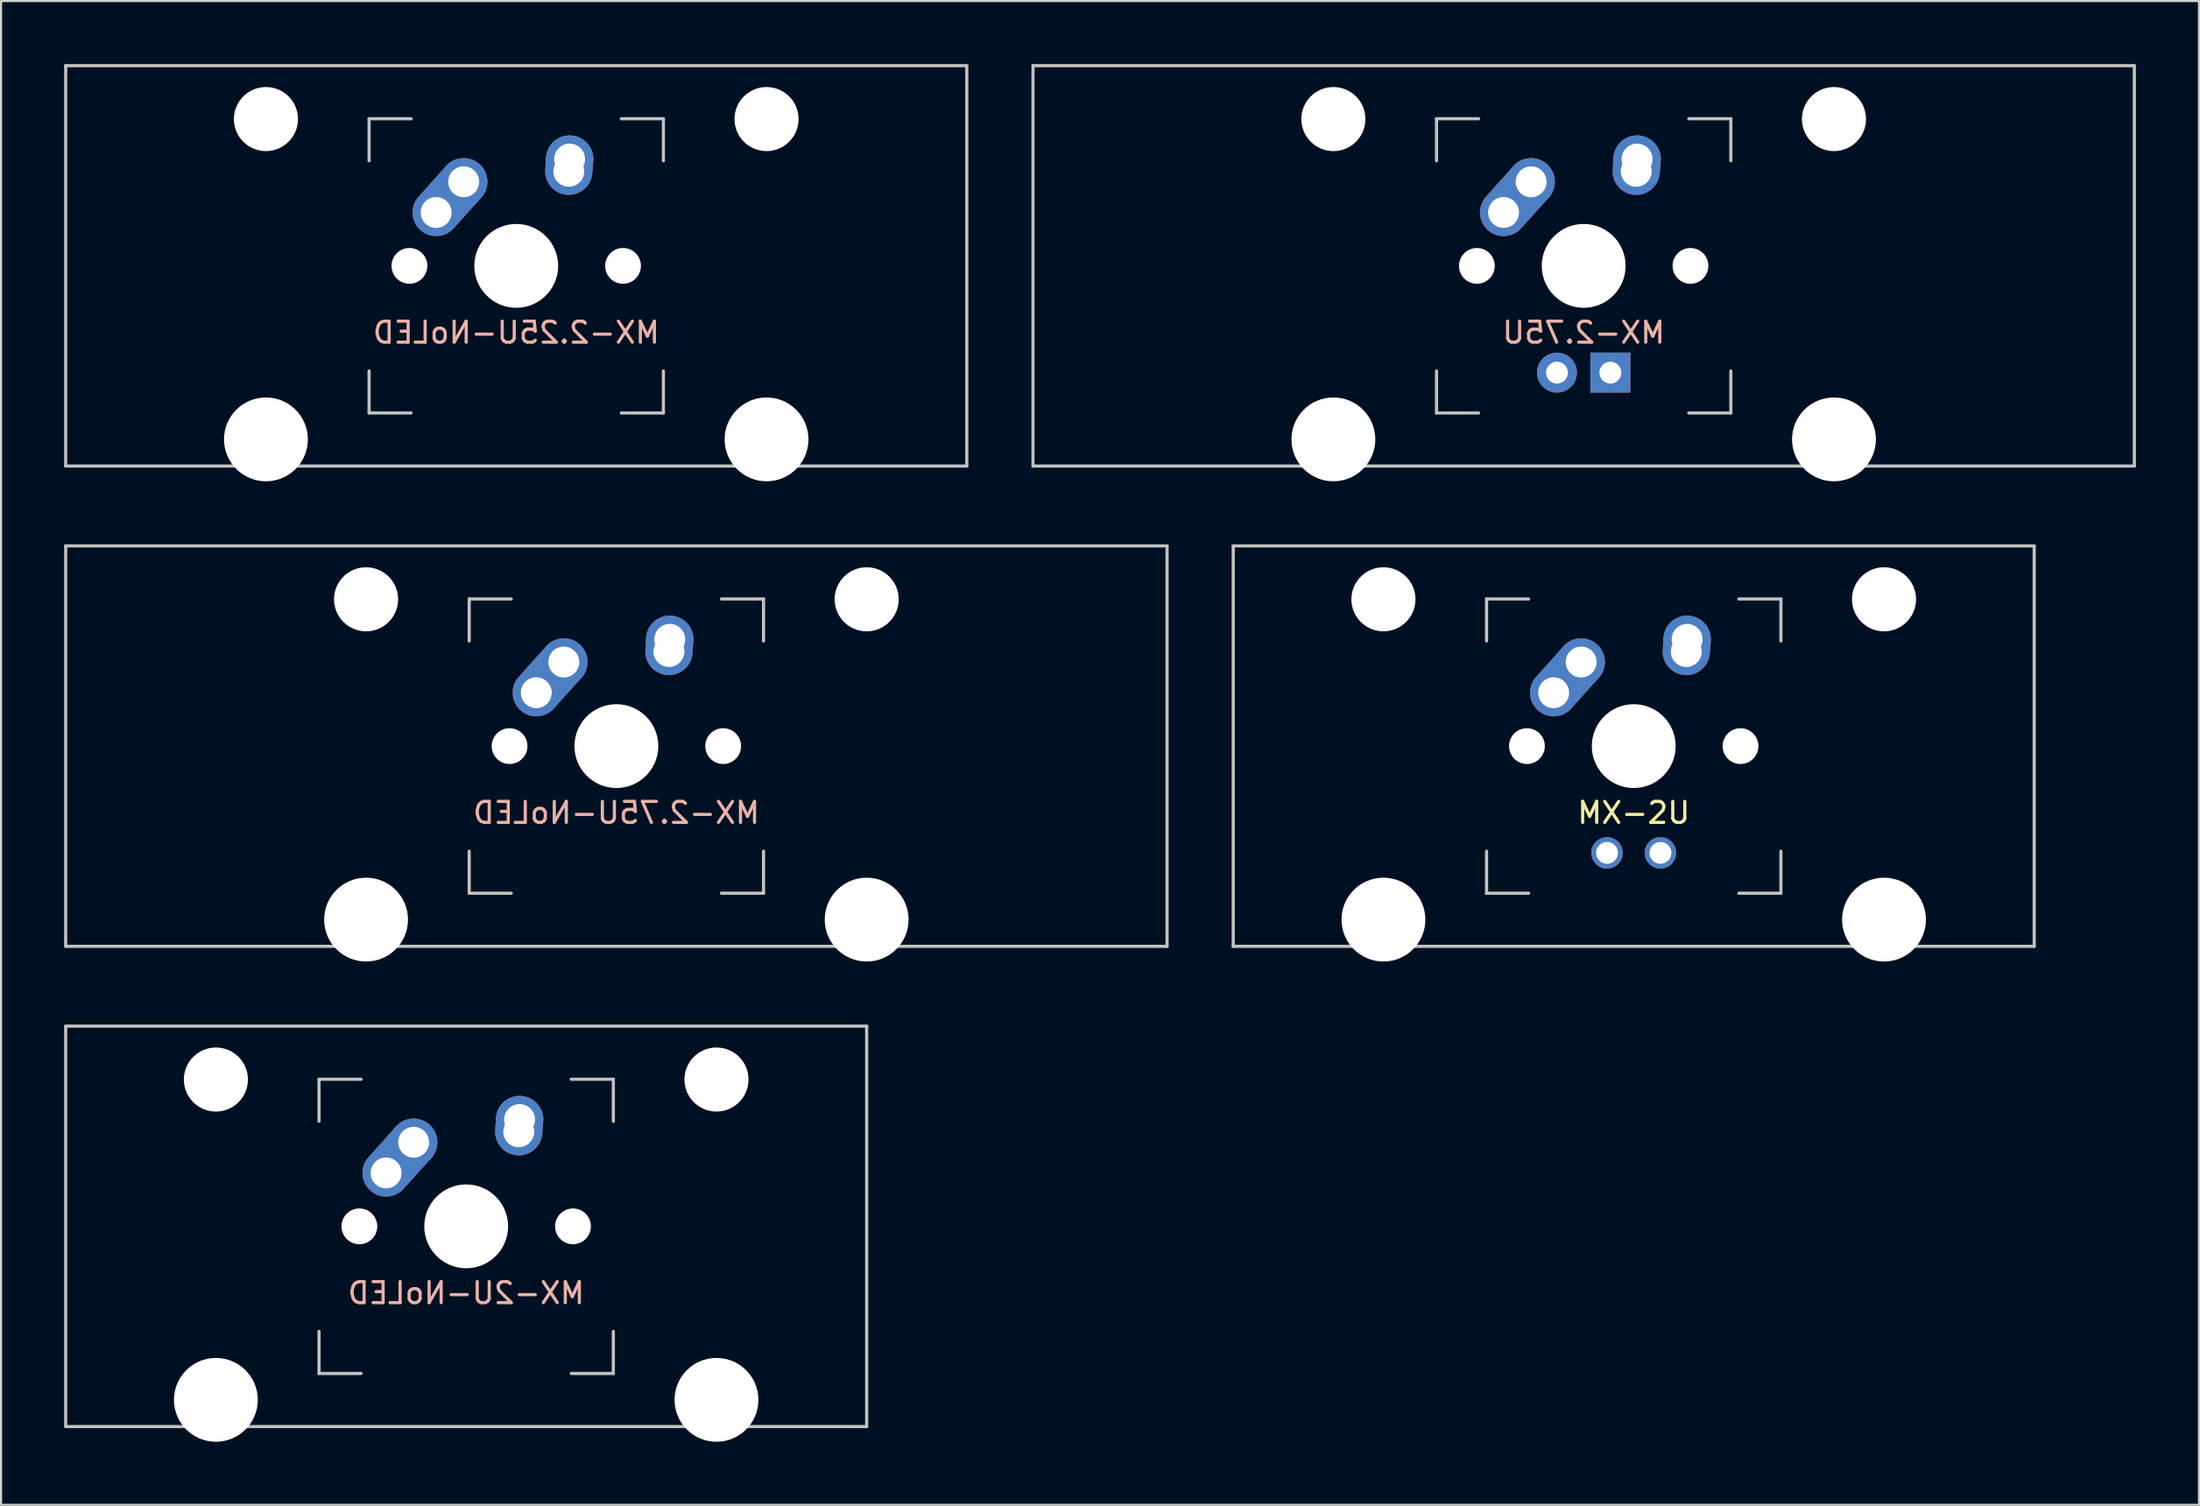
<source format=kicad_pcb>
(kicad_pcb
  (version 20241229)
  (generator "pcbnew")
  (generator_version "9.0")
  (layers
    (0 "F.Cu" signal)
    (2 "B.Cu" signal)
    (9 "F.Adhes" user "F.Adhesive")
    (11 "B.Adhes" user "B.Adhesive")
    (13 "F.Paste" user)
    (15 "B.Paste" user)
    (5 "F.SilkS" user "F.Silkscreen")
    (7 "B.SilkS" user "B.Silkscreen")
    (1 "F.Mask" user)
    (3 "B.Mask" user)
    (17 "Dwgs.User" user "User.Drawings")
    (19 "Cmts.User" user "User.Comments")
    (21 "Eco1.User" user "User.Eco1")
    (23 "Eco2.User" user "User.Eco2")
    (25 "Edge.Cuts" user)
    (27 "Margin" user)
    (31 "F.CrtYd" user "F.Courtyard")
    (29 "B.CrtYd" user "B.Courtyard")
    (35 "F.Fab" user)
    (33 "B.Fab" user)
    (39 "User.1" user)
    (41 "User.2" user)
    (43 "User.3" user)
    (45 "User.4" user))
  (footprint "MX-2.25U-NoLED"
    (layer "F.Cu")
    (at 21.506 9.6)
    (property "Reference" "MX-2.25U-NoLED" (at 0 3.175 0) (layer "B.SilkS") (effects (font (size 1 1) (thickness 0.15)) (justify mirror)))
    (attr through_hole)
    (fp_line (start -21.431 -9.525) (end 21.431 -9.525) (stroke (width 0.15) (type solid)) (layer "Dwgs.User"))
    (fp_line (start -21.431 9.525) (end -21.431 -9.525) (stroke (width 0.15) (type solid)) (layer "Dwgs.User"))
    (fp_line (start -21.431 9.525) (end 21.431 9.525) (stroke (width 0.15) (type solid)) (layer "Dwgs.User"))
    (fp_line (start -7 -7) (end -7 -5) (stroke (width 0.15) (type solid)) (layer "Dwgs.User"))
    (fp_line (start -7 5) (end -7 7) (stroke (width 0.15) (type solid)) (layer "Dwgs.User"))
    (fp_line (start -7 7) (end -5 7) (stroke (width 0.15) (type solid)) (layer "Dwgs.User"))
    (fp_line (start -5 -7) (end -7 -7) (stroke (width 0.15) (type solid)) (layer "Dwgs.User"))
    (fp_line (start 5 -7) (end 7 -7) (stroke (width 0.15) (type solid)) (layer "Dwgs.User"))
    (fp_line (start 5 7) (end 7 7) (stroke (width 0.15) (type solid)) (layer "Dwgs.User"))
    (fp_line (start 7 -7) (end 7 -5) (stroke (width 0.15) (type solid)) (layer "Dwgs.User"))
    (fp_line (start 7 7) (end 7 5) (stroke (width 0.15) (type solid)) (layer "Dwgs.User"))
    (fp_line (start 21.431 -9.525) (end 21.431 9.525) (stroke (width 0.15) (type solid)) (layer "Dwgs.User"))
    (pad "" np_thru_hole circle (at -11.906 -6.985) (size 3.048 3.048) (drill 3.048) (layers "*.Cu" "*.Mask"))
    (pad "" np_thru_hole circle (at -11.906 8.255) (size 3.988 3.988) (drill 3.988) (layers "*.Cu" "*.Mask"))
    (pad "" np_thru_hole circle (at -5.08 0 48.1) (size 1.702 1.702) (drill 1.702) (layers "*.Cu" "*.Mask"))
    (pad "" np_thru_hole circle (at 0 0) (size 3.988 3.988) (drill 3.988) (layers "*.Cu" "*.Mask"))
    (pad "" np_thru_hole circle (at 5.08 0 48.1) (size 1.702 1.702) (drill 1.702) (layers "*.Cu" "*.Mask"))
    (pad "" np_thru_hole circle (at 11.906 -6.985) (size 3.048 3.048) (drill 3.048) (layers "*.Cu" "*.Mask"))
    (pad "" np_thru_hole circle (at 11.906 8.255) (size 3.988 3.988) (drill 3.988) (layers "*.Cu" "*.Mask"))
    (pad "1" thru_hole oval (at -3.81 -2.54 48.1) (size 4.212 2.25) (drill 1.47 (offset 0.981 0)) (layers "*.Cu" "*.Mask"))
    (pad "1" thru_hole circle (at -2.5 -4) (size 2.25 2.25) (drill 1.47) (layers "*.Cu" "*.Mask"))
    (pad "2" thru_hole oval (at 2.5 -4.5 86.055) (size 2.831 2.25) (drill 1.47 (offset 0.291 0)) (layers "*.Cu" "*.Mask"))
    (pad "2" thru_hole circle (at 2.54 -5.08) (size 2.25 2.25) (drill 1.47) (layers "*.Cu" "*.Mask")))
  (footprint "MX-2U"
    (layer "F.Cu")
    (at 74.662 32.449)
    (property "Reference" "MX-2U" (at 0 3.175 0) (layer "F.SilkS") (effects (font (size 1 1) (thickness 0.15))))
    (attr through_hole)
    (fp_line (start -19.05 -9.525) (end 19.05 -9.525) (stroke (width 0.15) (type solid)) (layer "Dwgs.User"))
    (fp_line (start -19.05 9.525) (end -19.05 -9.525) (stroke (width 0.15) (type solid)) (layer "Dwgs.User"))
    (fp_line (start -19.05 9.525) (end 19.05 9.525) (stroke (width 0.15) (type solid)) (layer "Dwgs.User"))
    (fp_line (start -7 -7) (end -7 -5) (stroke (width 0.15) (type solid)) (layer "Dwgs.User"))
    (fp_line (start -7 5) (end -7 7) (stroke (width 0.15) (type solid)) (layer "Dwgs.User"))
    (fp_line (start -7 7) (end -5 7) (stroke (width 0.15) (type solid)) (layer "Dwgs.User"))
    (fp_line (start -5 -7) (end -7 -7) (stroke (width 0.15) (type solid)) (layer "Dwgs.User"))
    (fp_line (start 5 -7) (end 7 -7) (stroke (width 0.15) (type solid)) (layer "Dwgs.User"))
    (fp_line (start 5 7) (end 7 7) (stroke (width 0.15) (type solid)) (layer "Dwgs.User"))
    (fp_line (start 7 -7) (end 7 -5) (stroke (width 0.15) (type solid)) (layer "Dwgs.User"))
    (fp_line (start 7 7) (end 7 5) (stroke (width 0.15) (type solid)) (layer "Dwgs.User"))
    (fp_line (start 19.05 -9.525) (end 19.05 9.525) (stroke (width 0.15) (type solid)) (layer "Dwgs.User"))
    (pad "" np_thru_hole circle (at -11.906 -6.985) (size 3.048 3.048) (drill 3.048) (layers "*.Cu" "*.Mask"))
    (pad "" np_thru_hole circle (at -11.906 8.255) (size 3.988 3.988) (drill 3.988) (layers "*.Cu" "*.Mask"))
    (pad "" np_thru_hole circle (at -5.08 0 48.1) (size 1.702 1.702) (drill 1.702) (layers "*.Cu" "*.Mask"))
    (pad "" np_thru_hole circle (at 0 0) (size 3.988 3.988) (drill 3.988) (layers "*.Cu" "*.Mask"))
    (pad "" np_thru_hole circle (at 5.08 0 48.1) (size 1.702 1.702) (drill 1.702) (layers "*.Cu" "*.Mask"))
    (pad "" np_thru_hole circle (at 11.906 -6.985) (size 3.048 3.048) (drill 3.048) (layers "*.Cu" "*.Mask"))
    (pad "" np_thru_hole circle (at 11.906 8.255) (size 3.988 3.988) (drill 3.988) (layers "*.Cu" "*.Mask"))
    (pad "1" thru_hole oval (at -3.81 -2.54 48.1) (size 4.212 2.25) (drill 1.47 (offset 0.981 0)) (layers "*.Cu" "*.Mask"))
    (pad "1" thru_hole circle (at -2.5 -4) (size 2.25 2.25) (drill 1.47) (layers "*.Cu" "*.Mask"))
    (pad "2" thru_hole oval (at 2.5 -4.5 86.055) (size 2.831 2.25) (drill 1.47 (offset 0.291 0)) (layers "*.Cu" "*.Mask"))
    (pad "2" thru_hole circle (at 2.54 -5.08) (size 2.25 2.25) (drill 1.47) (layers "*.Cu" "*.Mask"))
    (pad "3" thru_hole circle (at -1.27 5.08) (size 1.5 1.5) (drill 1.04) (layers "*.Cu" "*.Mask"))
    (pad "4" thru_hole circle (at 1.27 5.08) (size 1.5 1.5) (drill 1.04) (layers "*.Cu" "*.Mask")))
  (footprint "MX-2.75U"
    (layer "F.Cu")
    (at 72.281 9.6)
    (property "Reference" "MX-2.75U" (at 0 3.175 0) (layer "B.SilkS") (effects (font (size 1 1) (thickness 0.15)) (justify mirror)))
    (attr through_hole)
    (fp_line (start -26.194 -9.525) (end 26.194 -9.525) (stroke (width 0.15) (type solid)) (layer "Dwgs.User"))
    (fp_line (start -26.194 9.525) (end -26.194 -9.525) (stroke (width 0.15) (type solid)) (layer "Dwgs.User"))
    (fp_line (start -26.194 9.525) (end 26.194 9.525) (stroke (width 0.15) (type solid)) (layer "Dwgs.User"))
    (fp_line (start -7 -7) (end -7 -5) (stroke (width 0.15) (type solid)) (layer "Dwgs.User"))
    (fp_line (start -7 5) (end -7 7) (stroke (width 0.15) (type solid)) (layer "Dwgs.User"))
    (fp_line (start -7 7) (end -5 7) (stroke (width 0.15) (type solid)) (layer "Dwgs.User"))
    (fp_line (start -5 -7) (end -7 -7) (stroke (width 0.15) (type solid)) (layer "Dwgs.User"))
    (fp_line (start 5 -7) (end 7 -7) (stroke (width 0.15) (type solid)) (layer "Dwgs.User"))
    (fp_line (start 5 7) (end 7 7) (stroke (width 0.15) (type solid)) (layer "Dwgs.User"))
    (fp_line (start 7 -7) (end 7 -5) (stroke (width 0.15) (type solid)) (layer "Dwgs.User"))
    (fp_line (start 7 7) (end 7 5) (stroke (width 0.15) (type solid)) (layer "Dwgs.User"))
    (fp_line (start 26.194 -9.525) (end 26.194 9.525) (stroke (width 0.15) (type solid)) (layer "Dwgs.User"))
    (pad "" np_thru_hole circle (at -11.906 -6.985) (size 3.048 3.048) (drill 3.048) (layers "*.Cu" "*.Mask"))
    (pad "" np_thru_hole circle (at -11.906 8.255) (size 3.988 3.988) (drill 3.988) (layers "*.Cu" "*.Mask"))
    (pad "" np_thru_hole circle (at -5.08 0 48.1) (size 1.702 1.702) (drill 1.702) (layers "*.Cu" "*.Mask"))
    (pad "" np_thru_hole circle (at 0 0) (size 3.988 3.988) (drill 3.988) (layers "*.Cu" "*.Mask"))
    (pad "" np_thru_hole circle (at 5.08 0 48.1) (size 1.702 1.702) (drill 1.702) (layers "*.Cu" "*.Mask"))
    (pad "" np_thru_hole circle (at 11.906 -6.985) (size 3.048 3.048) (drill 3.048) (layers "*.Cu" "*.Mask"))
    (pad "" np_thru_hole circle (at 11.906 8.255) (size 3.988 3.988) (drill 3.988) (layers "*.Cu" "*.Mask"))
    (pad "1" thru_hole oval (at -3.81 -2.54 48.1) (size 4.212 2.25) (drill 1.47 (offset 0.981 0)) (layers "*.Cu" "*.Mask"))
    (pad "1" thru_hole circle (at -2.5 -4) (size 2.25 2.25) (drill 1.47) (layers "*.Cu" "*.Mask"))
    (pad "2" thru_hole oval (at 2.5 -4.5 86.055) (size 2.831 2.25) (drill 1.47 (offset 0.291 0)) (layers "*.Cu" "*.Mask"))
    (pad "2" thru_hole circle (at 2.54 -5.08) (size 2.25 2.25) (drill 1.47) (layers "*.Cu" "*.Mask"))
    (pad "3" thru_hole circle (at -1.27 5.08) (size 1.905 1.905) (drill 1.04) (layers "*.Cu" "*.Mask"))
    (pad "4" thru_hole rect (at 1.27 5.08) (size 1.905 1.905) (drill 1.04) (layers "*.Cu" "*.Mask")))
  (footprint "MX-2.75U-NoLED"
    (layer "F.Cu")
    (at 26.269 32.449)
    (property "Reference" "MX-2.75U-NoLED" (at 0 3.175 0) (layer "B.SilkS") (effects (font (size 1 1) (thickness 0.15)) (justify mirror)))
    (attr through_hole)
    (fp_line (start -26.194 -9.525) (end 26.194 -9.525) (stroke (width 0.15) (type solid)) (layer "Dwgs.User"))
    (fp_line (start -26.194 9.525) (end -26.194 -9.525) (stroke (width 0.15) (type solid)) (layer "Dwgs.User"))
    (fp_line (start -26.194 9.525) (end 26.194 9.525) (stroke (width 0.15) (type solid)) (layer "Dwgs.User"))
    (fp_line (start -7 -7) (end -7 -5) (stroke (width 0.15) (type solid)) (layer "Dwgs.User"))
    (fp_line (start -7 5) (end -7 7) (stroke (width 0.15) (type solid)) (layer "Dwgs.User"))
    (fp_line (start -7 7) (end -5 7) (stroke (width 0.15) (type solid)) (layer "Dwgs.User"))
    (fp_line (start -5 -7) (end -7 -7) (stroke (width 0.15) (type solid)) (layer "Dwgs.User"))
    (fp_line (start 5 -7) (end 7 -7) (stroke (width 0.15) (type solid)) (layer "Dwgs.User"))
    (fp_line (start 5 7) (end 7 7) (stroke (width 0.15) (type solid)) (layer "Dwgs.User"))
    (fp_line (start 7 -7) (end 7 -5) (stroke (width 0.15) (type solid)) (layer "Dwgs.User"))
    (fp_line (start 7 7) (end 7 5) (stroke (width 0.15) (type solid)) (layer "Dwgs.User"))
    (fp_line (start 26.194 -9.525) (end 26.194 9.525) (stroke (width 0.15) (type solid)) (layer "Dwgs.User"))
    (pad "" np_thru_hole circle (at -11.906 -6.985) (size 3.048 3.048) (drill 3.048) (layers "*.Cu" "*.Mask"))
    (pad "" np_thru_hole circle (at -11.906 8.255) (size 3.988 3.988) (drill 3.988) (layers "*.Cu" "*.Mask"))
    (pad "" np_thru_hole circle (at -5.08 0 48.1) (size 1.702 1.702) (drill 1.702) (layers "*.Cu" "*.Mask"))
    (pad "" np_thru_hole circle (at 0 0) (size 3.988 3.988) (drill 3.988) (layers "*.Cu" "*.Mask"))
    (pad "" np_thru_hole circle (at 5.08 0 48.1) (size 1.702 1.702) (drill 1.702) (layers "*.Cu" "*.Mask"))
    (pad "" np_thru_hole circle (at 11.906 -6.985) (size 3.048 3.048) (drill 3.048) (layers "*.Cu" "*.Mask"))
    (pad "" np_thru_hole circle (at 11.906 8.255) (size 3.988 3.988) (drill 3.988) (layers "*.Cu" "*.Mask"))
    (pad "1" thru_hole oval (at -3.81 -2.54 48.1) (size 4.212 2.25) (drill 1.47 (offset 0.981 0)) (layers "*.Cu" "*.Mask"))
    (pad "1" thru_hole circle (at -2.5 -4) (size 2.25 2.25) (drill 1.47) (layers "*.Cu" "*.Mask"))
    (pad "2" thru_hole oval (at 2.5 -4.5 86.055) (size 2.831 2.25) (drill 1.47 (offset 0.291 0)) (layers "*.Cu" "*.Mask"))
    (pad "2" thru_hole circle (at 2.54 -5.08) (size 2.25 2.25) (drill 1.47) (layers "*.Cu" "*.Mask")))
  (footprint "MX-2U-NoLED"
    (layer "F.Cu")
    (at 19.125 55.298)
    (property "Reference" "MX-2U-NoLED" (at 0 3.175 0) (layer "B.SilkS") (effects (font (size 1 1) (thickness 0.15)) (justify mirror)))
    (attr through_hole)
    (fp_line (start -19.05 -9.525) (end 19.05 -9.525) (stroke (width 0.15) (type solid)) (layer "Dwgs.User"))
    (fp_line (start -19.05 9.525) (end -19.05 -9.525) (stroke (width 0.15) (type solid)) (layer "Dwgs.User"))
    (fp_line (start -19.05 9.525) (end 19.05 9.525) (stroke (width 0.15) (type solid)) (layer "Dwgs.User"))
    (fp_line (start -7 -7) (end -7 -5) (stroke (width 0.15) (type solid)) (layer "Dwgs.User"))
    (fp_line (start -7 5) (end -7 7) (stroke (width 0.15) (type solid)) (layer "Dwgs.User"))
    (fp_line (start -7 7) (end -5 7) (stroke (width 0.15) (type solid)) (layer "Dwgs.User"))
    (fp_line (start -5 -7) (end -7 -7) (stroke (width 0.15) (type solid)) (layer "Dwgs.User"))
    (fp_line (start 5 -7) (end 7 -7) (stroke (width 0.15) (type solid)) (layer "Dwgs.User"))
    (fp_line (start 5 7) (end 7 7) (stroke (width 0.15) (type solid)) (layer "Dwgs.User"))
    (fp_line (start 7 -7) (end 7 -5) (stroke (width 0.15) (type solid)) (layer "Dwgs.User"))
    (fp_line (start 7 7) (end 7 5) (stroke (width 0.15) (type solid)) (layer "Dwgs.User"))
    (fp_line (start 19.05 -9.525) (end 19.05 9.525) (stroke (width 0.15) (type solid)) (layer "Dwgs.User"))
    (pad "" np_thru_hole circle (at -11.906 -6.985) (size 3.048 3.048) (drill 3.048) (layers "*.Cu" "*.Mask"))
    (pad "" np_thru_hole circle (at -11.906 8.255) (size 3.988 3.988) (drill 3.988) (layers "*.Cu" "*.Mask"))
    (pad "" np_thru_hole circle (at -5.08 0 48.1) (size 1.702 1.702) (drill 1.702) (layers "*.Cu" "*.Mask"))
    (pad "" np_thru_hole circle (at 0 0) (size 3.988 3.988) (drill 3.988) (layers "*.Cu" "*.Mask"))
    (pad "" np_thru_hole circle (at 5.08 0 48.1) (size 1.702 1.702) (drill 1.702) (layers "*.Cu" "*.Mask"))
    (pad "" np_thru_hole circle (at 11.906 -6.985) (size 3.048 3.048) (drill 3.048) (layers "*.Cu" "*.Mask"))
    (pad "" np_thru_hole circle (at 11.906 8.255) (size 3.988 3.988) (drill 3.988) (layers "*.Cu" "*.Mask"))
    (pad "1" thru_hole oval (at -3.81 -2.54 48.1) (size 4.212 2.25) (drill 1.47 (offset 0.981 0)) (layers "*.Cu" "*.Mask"))
    (pad "1" thru_hole circle (at -2.5 -4) (size 2.25 2.25) (drill 1.47) (layers "*.Cu" "*.Mask"))
    (pad "2" thru_hole oval (at 2.5 -4.5 86.055) (size 2.831 2.25) (drill 1.47 (offset 0.291 0)) (layers "*.Cu" "*.Mask"))
    (pad "2" thru_hole circle (at 2.54 -5.08) (size 2.25 2.25) (drill 1.47) (layers "*.Cu" "*.Mask")))
  (gr_rect
    (start -3 -3)
    (end 101.55 68.547)
    (stroke (width 0.1) (type default))
    (fill no)
    (layer "Edge.Cuts")))
</source>
